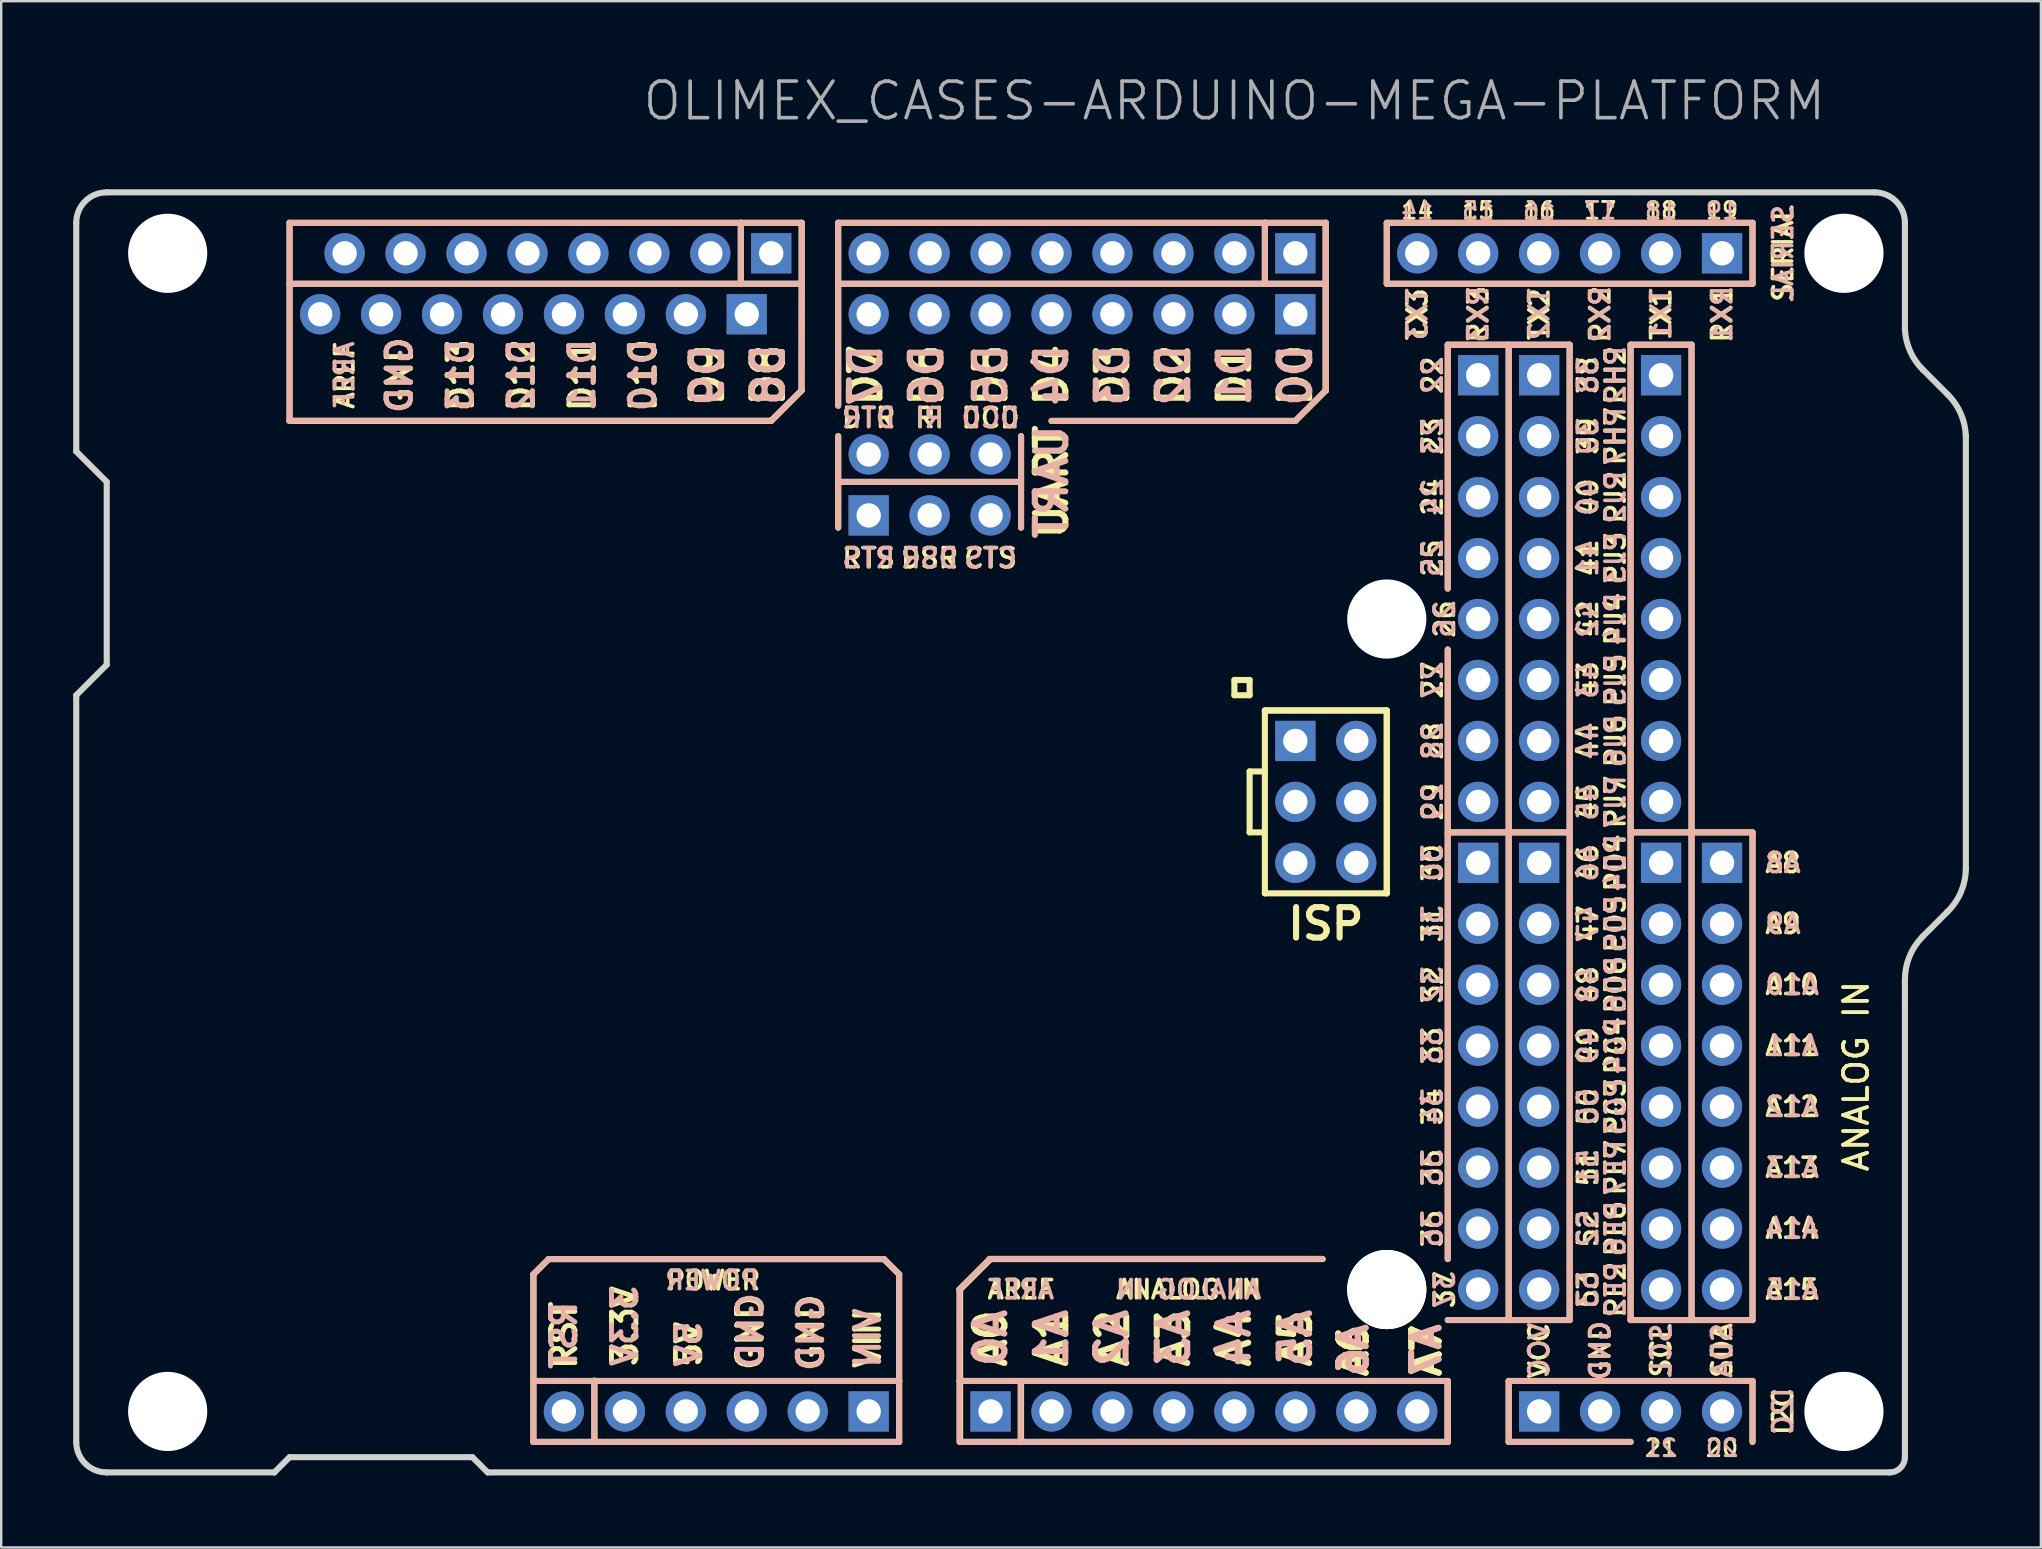
<source format=kicad_pcb>
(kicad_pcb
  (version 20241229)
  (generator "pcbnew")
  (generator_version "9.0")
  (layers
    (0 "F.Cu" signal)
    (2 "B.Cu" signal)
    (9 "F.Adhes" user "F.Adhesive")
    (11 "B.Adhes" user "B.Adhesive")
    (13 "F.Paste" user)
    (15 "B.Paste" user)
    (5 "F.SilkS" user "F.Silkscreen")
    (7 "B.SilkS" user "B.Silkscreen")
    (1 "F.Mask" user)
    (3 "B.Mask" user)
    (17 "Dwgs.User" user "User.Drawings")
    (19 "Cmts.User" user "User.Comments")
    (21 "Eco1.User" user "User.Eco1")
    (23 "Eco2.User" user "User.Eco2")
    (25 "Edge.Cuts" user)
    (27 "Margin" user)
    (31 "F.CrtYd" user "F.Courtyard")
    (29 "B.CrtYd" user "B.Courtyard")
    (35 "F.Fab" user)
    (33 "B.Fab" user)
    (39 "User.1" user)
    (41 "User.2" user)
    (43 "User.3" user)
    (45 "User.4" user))
  (footprint "OLIMEX_CASES-ARDUINO-MEGA-PLATFORM"
    (layer "F.Cu")
    (at 50.927 7.505)
    (property "Reference" "OLIMEX_CASES-ARDUINO-MEGA-PLATFORM" (at -2.54 -6.35 0) (layer "F.Fab") (effects (font (size 1.524 1.524) (thickness 0.15))))
    (attr through_hole)
    (fp_line (start -41.91 -1.27) (end -41.91 6.985) (stroke (width 0.254) (type solid)) (layer "F.SilkS"))
    (fp_line (start -41.91 -1.27) (end -23.107 -1.27) (stroke (width 0.254) (type solid)) (layer "F.SilkS"))
    (fp_line (start -31.75 42.545) (end -31.115 41.91) (stroke (width 0.254) (type solid)) (layer "F.SilkS"))
    (fp_line (start -31.75 46.99) (end -31.75 42.545) (stroke (width 0.254) (type solid)) (layer "F.SilkS"))
    (fp_line (start -31.75 46.99) (end -29.21 46.99) (stroke (width 0.254) (type solid)) (layer "F.SilkS"))
    (fp_line (start -31.75 49.53) (end -31.75 46.99) (stroke (width 0.254) (type solid)) (layer "F.SilkS"))
    (fp_line (start -31.115 41.91) (end -17.145 41.91) (stroke (width 0.254) (type solid)) (layer "F.SilkS"))
    (fp_line (start -29.21 46.99) (end -29.21 49.53) (stroke (width 0.254) (type solid)) (layer "F.SilkS"))
    (fp_line (start -29.21 46.99) (end -16.51 46.99) (stroke (width 0.254) (type solid)) (layer "F.SilkS"))
    (fp_line (start -29.21 49.53) (end -31.75 49.53) (stroke (width 0.254) (type solid)) (layer "F.SilkS"))
    (fp_line (start -23.107 -1.27) (end -20.567 -1.27) (stroke (width 0.254) (type solid)) (layer "F.SilkS"))
    (fp_line (start -23.107 1.27) (end -41.91 1.27) (stroke (width 0.254) (type solid)) (layer "F.SilkS"))
    (fp_line (start -23.107 1.27) (end -23.107 -1.27) (stroke (width 0.254) (type solid)) (layer "F.SilkS"))
    (fp_line (start -21.84 6.985) (end -41.91 6.985) (stroke (width 0.254) (type solid)) (layer "F.SilkS"))
    (fp_line (start -20.567 -1.27) (end -20.567 1.27) (stroke (width 0.254) (type solid)) (layer "F.SilkS"))
    (fp_line (start -20.567 1.27) (end -23.107 1.27) (stroke (width 0.254) (type solid)) (layer "F.SilkS"))
    (fp_line (start -20.567 1.27) (end -20.574 5.715) (stroke (width 0.254) (type solid)) (layer "F.SilkS"))
    (fp_line (start -20.567 5.715) (end -21.84 6.985) (stroke (width 0.254) (type solid)) (layer "F.SilkS"))
    (fp_line (start -19.05 -1.27) (end -1.27 -1.27) (stroke (width 0.254) (type solid)) (layer "F.SilkS"))
    (fp_line (start -19.05 1.27) (end -19.05 -1.27) (stroke (width 0.254) (type solid)) (layer "F.SilkS"))
    (fp_line (start -19.05 1.27) (end -19.05 6.35) (stroke (width 0.254) (type solid)) (layer "F.SilkS"))
    (fp_line (start -19.05 7.62) (end -19.05 11.43) (stroke (width 0.254) (type solid)) (layer "F.SilkS"))
    (fp_line (start -19.05 9.525) (end -11.43 9.525) (stroke (width 0.254) (type solid)) (layer "F.SilkS"))
    (fp_line (start -17.145 41.91) (end -16.51 42.545) (stroke (width 0.254) (type solid)) (layer "F.SilkS"))
    (fp_line (start -16.51 46.99) (end -16.51 42.545) (stroke (width 0.254) (type solid)) (layer "F.SilkS"))
    (fp_line (start -16.51 46.99) (end -16.51 49.53) (stroke (width 0.254) (type solid)) (layer "F.SilkS"))
    (fp_line (start -16.51 49.53) (end -29.21 49.53) (stroke (width 0.254) (type solid)) (layer "F.SilkS"))
    (fp_line (start -13.97 43.18) (end -12.7 41.91) (stroke (width 0.254) (type solid)) (layer "F.SilkS"))
    (fp_line (start -13.97 46.99) (end -13.97 43.18) (stroke (width 0.254) (type solid)) (layer "F.SilkS"))
    (fp_line (start -13.97 46.99) (end -11.43 46.99) (stroke (width 0.254) (type solid)) (layer "F.SilkS"))
    (fp_line (start -13.97 49.53) (end -13.97 46.99) (stroke (width 0.254) (type solid)) (layer "F.SilkS"))
    (fp_line (start -12.7 41.91) (end 1.143 41.91) (stroke (width 0.254) (type solid)) (layer "F.SilkS"))
    (fp_line (start -11.43 7.62) (end -11.43 11.43) (stroke (width 0.254) (type solid)) (layer "F.SilkS"))
    (fp_line (start -11.43 46.99) (end -11.43 49.53) (stroke (width 0.254) (type solid)) (layer "F.SilkS"))
    (fp_line (start -11.43 46.99) (end 6.35 46.99) (stroke (width 0.254) (type solid)) (layer "F.SilkS"))
    (fp_line (start -11.43 49.53) (end -13.97 49.53) (stroke (width 0.254) (type solid)) (layer "F.SilkS"))
    (fp_line (start -2.54 17.78) (end -1.905 17.78) (stroke (width 0.254) (type solid)) (layer "F.SilkS"))
    (fp_line (start -2.54 18.415) (end -2.54 17.78) (stroke (width 0.254) (type solid)) (layer "F.SilkS"))
    (fp_line (start -1.905 17.78) (end -1.905 18.415) (stroke (width 0.254) (type solid)) (layer "F.SilkS"))
    (fp_line (start -1.905 18.415) (end -2.54 18.415) (stroke (width 0.254) (type solid)) (layer "F.SilkS"))
    (fp_line (start -1.905 21.59) (end -1.905 24.13) (stroke (width 0.254) (type solid)) (layer "F.SilkS"))
    (fp_line (start -1.905 24.13) (end -1.27 24.13) (stroke (width 0.254) (type solid)) (layer "F.SilkS"))
    (fp_line (start -1.27 -1.27) (end 1.27 -1.27) (stroke (width 0.254) (type solid)) (layer "F.SilkS"))
    (fp_line (start -1.27 1.27) (end -19.05 1.27) (stroke (width 0.254) (type solid)) (layer "F.SilkS"))
    (fp_line (start -1.27 1.27) (end -1.27 -1.27) (stroke (width 0.254) (type solid)) (layer "F.SilkS"))
    (fp_line (start -1.27 19.05) (end 3.81 19.05) (stroke (width 0.254) (type solid)) (layer "F.SilkS"))
    (fp_line (start -1.27 19.05) (end 3.81 19.05) (stroke (width 0.254) (type solid)) (layer "F.SilkS"))
    (fp_line (start -1.27 21.59) (end -1.905 21.59) (stroke (width 0.254) (type solid)) (layer "F.SilkS"))
    (fp_line (start -1.27 26.67) (end -1.27 19.05) (stroke (width 0.254) (type solid)) (layer "F.SilkS"))
    (fp_line (start 0 6.985) (end -10.16 6.985) (stroke (width 0.254) (type solid)) (layer "F.SilkS"))
    (fp_line (start 1.27 -1.27) (end 1.27 1.27) (stroke (width 0.254) (type solid)) (layer "F.SilkS"))
    (fp_line (start 1.27 -1.27) (end 1.27 1.27) (stroke (width 0.254) (type solid)) (layer "F.SilkS"))
    (fp_line (start 1.27 1.27) (end -1.27 1.27) (stroke (width 0.254) (type solid)) (layer "F.SilkS"))
    (fp_line (start 1.27 1.27) (end 1.27 5.715) (stroke (width 0.254) (type solid)) (layer "F.SilkS"))
    (fp_line (start 1.27 1.27) (end 1.27 5.715) (stroke (width 0.254) (type solid)) (layer "F.SilkS"))
    (fp_line (start 1.27 5.715) (end 0 6.985) (stroke (width 0.254) (type solid)) (layer "F.SilkS"))
    (fp_line (start 3.81 -1.27) (end 19.05 -1.27) (stroke (width 0.254) (type solid)) (layer "F.SilkS"))
    (fp_line (start 3.81 1.27) (end 3.81 -1.27) (stroke (width 0.254) (type solid)) (layer "F.SilkS"))
    (fp_line (start 3.81 19.05) (end 3.81 26.67) (stroke (width 0.254) (type solid)) (layer "F.SilkS"))
    (fp_line (start 3.81 19.05) (end 3.81 26.67) (stroke (width 0.254) (type solid)) (layer "F.SilkS"))
    (fp_line (start 3.81 26.67) (end -1.27 26.67) (stroke (width 0.254) (type solid)) (layer "F.SilkS"))
    (fp_line (start 6.35 3.81) (end 11.43 3.81) (stroke (width 0.254) (type solid)) (layer "F.SilkS"))
    (fp_line (start 6.35 13.97) (end 6.35 3.81) (stroke (width 0.254) (type solid)) (layer "F.SilkS"))
    (fp_line (start 6.35 24.13) (end 11.43 24.13) (stroke (width 0.254) (type solid)) (layer "F.SilkS"))
    (fp_line (start 6.35 41.91) (end 6.35 16.51) (stroke (width 0.254) (type solid)) (layer "F.SilkS"))
    (fp_line (start 6.35 46.99) (end 6.35 49.53) (stroke (width 0.254) (type solid)) (layer "F.SilkS"))
    (fp_line (start 6.35 46.99) (end 6.35 49.53) (stroke (width 0.254) (type solid)) (layer "F.SilkS"))
    (fp_line (start 6.35 49.53) (end -11.43 49.53) (stroke (width 0.254) (type solid)) (layer "F.SilkS"))
    (fp_line (start 8.89 3.81) (end 8.89 44.45) (stroke (width 0.254) (type solid)) (layer "F.SilkS"))
    (fp_line (start 8.89 46.99) (end 19.05 46.99) (stroke (width 0.254) (type solid)) (layer "F.SilkS"))
    (fp_line (start 8.89 49.53) (end 8.89 46.99) (stroke (width 0.254) (type solid)) (layer "F.SilkS"))
    (fp_line (start 11.43 3.81) (end 11.43 44.45) (stroke (width 0.254) (type solid)) (layer "F.SilkS"))
    (fp_line (start 11.43 44.45) (end 6.35 44.45) (stroke (width 0.254) (type solid)) (layer "F.SilkS"))
    (fp_line (start 13.97 3.81) (end 13.97 44.45) (stroke (width 0.254) (type solid)) (layer "F.SilkS"))
    (fp_line (start 13.97 3.81) (end 16.51 3.81) (stroke (width 0.254) (type solid)) (layer "F.SilkS"))
    (fp_line (start 13.97 44.45) (end 19.05 44.45) (stroke (width 0.254) (type solid)) (layer "F.SilkS"))
    (fp_line (start 13.97 49.53) (end 8.89 49.53) (stroke (width 0.254) (type solid)) (layer "F.SilkS"))
    (fp_line (start 16.51 3.81) (end 16.51 44.45) (stroke (width 0.254) (type solid)) (layer "F.SilkS"))
    (fp_line (start 19.05 -1.27) (end 19.05 1.27) (stroke (width 0.254) (type solid)) (layer "F.SilkS"))
    (fp_line (start 19.05 1.27) (end 3.81 1.27) (stroke (width 0.254) (type solid)) (layer "F.SilkS"))
    (fp_line (start 19.05 24.13) (end 13.97 24.13) (stroke (width 0.254) (type solid)) (layer "F.SilkS"))
    (fp_line (start 19.05 44.45) (end 19.05 24.13) (stroke (width 0.254) (type solid)) (layer "F.SilkS"))
    (fp_line (start 19.05 46.99) (end 19.05 49.53) (stroke (width 0.254) (type solid)) (layer "F.SilkS"))
    (fp_line (start -41.91 -1.275) (end -41.91 6.98) (stroke (width 0.254) (type solid)) (layer "B.SilkS"))
    (fp_line (start -41.91 -1.27) (end -23.107 -1.27) (stroke (width 0.254) (type solid)) (layer "B.SilkS"))
    (fp_line (start -31.75 42.545) (end -31.115 41.91) (stroke (width 0.254) (type solid)) (layer "B.SilkS"))
    (fp_line (start -31.75 46.99) (end -31.75 42.545) (stroke (width 0.254) (type solid)) (layer "B.SilkS"))
    (fp_line (start -31.75 46.99) (end -29.21 46.99) (stroke (width 0.254) (type solid)) (layer "B.SilkS"))
    (fp_line (start -31.75 49.53) (end -31.75 46.99) (stroke (width 0.254) (type solid)) (layer "B.SilkS"))
    (fp_line (start -31.115 41.91) (end -17.145 41.91) (stroke (width 0.254) (type solid)) (layer "B.SilkS"))
    (fp_line (start -29.21 46.97) (end -29.21 49.51) (stroke (width 0.254) (type solid)) (layer "B.SilkS"))
    (fp_line (start -29.21 46.99) (end -16.51 46.99) (stroke (width 0.254) (type solid)) (layer "B.SilkS"))
    (fp_line (start -29.21 49.53) (end -31.75 49.53) (stroke (width 0.254) (type solid)) (layer "B.SilkS"))
    (fp_line (start -23.107 -1.27) (end -20.567 -1.27) (stroke (width 0.254) (type solid)) (layer "B.SilkS"))
    (fp_line (start -23.107 1.27) (end -41.91 1.27) (stroke (width 0.254) (type solid)) (layer "B.SilkS"))
    (fp_line (start -23.107 1.27) (end -23.107 -1.27) (stroke (width 0.254) (type solid)) (layer "B.SilkS"))
    (fp_line (start -21.85 6.975) (end -41.92 6.975) (stroke (width 0.254) (type solid)) (layer "B.SilkS"))
    (fp_line (start -20.577 5.705) (end -21.85 6.975) (stroke (width 0.254) (type solid)) (layer "B.SilkS"))
    (fp_line (start -20.575 -1.27) (end -20.575 1.27) (stroke (width 0.254) (type solid)) (layer "B.SilkS"))
    (fp_line (start -20.575 1.27) (end -23.115 1.27) (stroke (width 0.254) (type solid)) (layer "B.SilkS"))
    (fp_line (start -20.575 1.27) (end -20.582 5.715) (stroke (width 0.254) (type solid)) (layer "B.SilkS"))
    (fp_line (start -19.05 -1.27) (end -1.27 -1.27) (stroke (width 0.254) (type solid)) (layer "B.SilkS"))
    (fp_line (start -19.05 1.27) (end -19.05 -1.27) (stroke (width 0.254) (type solid)) (layer "B.SilkS"))
    (fp_line (start -19.05 1.27) (end -19.05 6.35) (stroke (width 0.254) (type solid)) (layer "B.SilkS"))
    (fp_line (start -19.05 7.62) (end -19.05 11.43) (stroke (width 0.254) (type solid)) (layer "B.SilkS"))
    (fp_line (start -19.05 9.525) (end -11.43 9.525) (stroke (width 0.254) (type solid)) (layer "B.SilkS"))
    (fp_line (start -17.145 41.91) (end -16.51 42.545) (stroke (width 0.254) (type solid)) (layer "B.SilkS"))
    (fp_line (start -16.51 46.99) (end -16.51 42.545) (stroke (width 0.254) (type solid)) (layer "B.SilkS"))
    (fp_line (start -16.51 46.99) (end -16.51 49.53) (stroke (width 0.254) (type solid)) (layer "B.SilkS"))
    (fp_line (start -16.51 49.53) (end -29.21 49.53) (stroke (width 0.254) (type solid)) (layer "B.SilkS"))
    (fp_line (start -14.015 43.18) (end -12.745 41.91) (stroke (width 0.254) (type solid)) (layer "B.SilkS"))
    (fp_line (start -14 46.99) (end -14 43.18) (stroke (width 0.254) (type solid)) (layer "B.SilkS"))
    (fp_line (start -14 49.53) (end -14 46.99) (stroke (width 0.254) (type solid)) (layer "B.SilkS"))
    (fp_line (start -13.99 46.99) (end -11.45 46.99) (stroke (width 0.254) (type solid)) (layer "B.SilkS"))
    (fp_line (start -12.75 41.9) (end 1.093 41.9) (stroke (width 0.254) (type solid)) (layer "B.SilkS"))
    (fp_line (start -11.45 47) (end -11.45 49.54) (stroke (width 0.254) (type solid)) (layer "B.SilkS"))
    (fp_line (start -11.43 7.62) (end -11.43 11.43) (stroke (width 0.254) (type solid)) (layer "B.SilkS"))
    (fp_line (start -11.43 46.99) (end 6.35 46.99) (stroke (width 0.254) (type solid)) (layer "B.SilkS"))
    (fp_line (start -11.43 49.53) (end -13.97 49.53) (stroke (width 0.254) (type solid)) (layer "B.SilkS"))
    (fp_line (start -1.27 -1.27) (end 1.27 -1.27) (stroke (width 0.254) (type solid)) (layer "B.SilkS"))
    (fp_line (start -1.27 1.27) (end -19.05 1.27) (stroke (width 0.254) (type solid)) (layer "B.SilkS"))
    (fp_line (start -1.27 1.27) (end -1.27 -1.27) (stroke (width 0.254) (type solid)) (layer "B.SilkS"))
    (fp_line (start 0 6.985) (end -10.16 6.985) (stroke (width 0.254) (type solid)) (layer "B.SilkS"))
    (fp_line (start 1.27 -1.27) (end 1.27 1.27) (stroke (width 0.254) (type solid)) (layer "B.SilkS"))
    (fp_line (start 1.27 -1.27) (end 1.27 1.27) (stroke (width 0.254) (type solid)) (layer "B.SilkS"))
    (fp_line (start 1.27 1.27) (end -1.27 1.27) (stroke (width 0.254) (type solid)) (layer "B.SilkS"))
    (fp_line (start 1.27 1.27) (end 1.27 5.715) (stroke (width 0.254) (type solid)) (layer "B.SilkS"))
    (fp_line (start 1.27 1.27) (end 1.27 5.715) (stroke (width 0.254) (type solid)) (layer "B.SilkS"))
    (fp_line (start 1.27 5.715) (end 0 6.985) (stroke (width 0.254) (type solid)) (layer "B.SilkS"))
    (fp_line (start 3.81 -1.27) (end 19.05 -1.27) (stroke (width 0.254) (type solid)) (layer "B.SilkS"))
    (fp_line (start 3.81 1.27) (end 3.81 -1.27) (stroke (width 0.254) (type solid)) (layer "B.SilkS"))
    (fp_line (start 6.35 3.81) (end 11.43 3.81) (stroke (width 0.254) (type solid)) (layer "B.SilkS"))
    (fp_line (start 6.35 13.97) (end 6.35 3.81) (stroke (width 0.254) (type solid)) (layer "B.SilkS"))
    (fp_line (start 6.35 24.13) (end 11.43 24.13) (stroke (width 0.254) (type solid)) (layer "B.SilkS"))
    (fp_line (start 6.35 41.91) (end 6.35 16.51) (stroke (width 0.254) (type solid)) (layer "B.SilkS"))
    (fp_line (start 6.35 46.99) (end 6.35 49.53) (stroke (width 0.254) (type solid)) (layer "B.SilkS"))
    (fp_line (start 6.35 46.99) (end 6.35 49.53) (stroke (width 0.254) (type solid)) (layer "B.SilkS"))
    (fp_line (start 6.35 49.53) (end -11.43 49.53) (stroke (width 0.254) (type solid)) (layer "B.SilkS"))
    (fp_line (start 8.89 3.81) (end 8.89 44.45) (stroke (width 0.254) (type solid)) (layer "B.SilkS"))
    (fp_line (start 8.89 46.99) (end 19.05 46.99) (stroke (width 0.254) (type solid)) (layer "B.SilkS"))
    (fp_line (start 8.89 49.53) (end 8.89 46.99) (stroke (width 0.254) (type solid)) (layer "B.SilkS"))
    (fp_line (start 11.43 3.81) (end 11.43 44.45) (stroke (width 0.254) (type solid)) (layer "B.SilkS"))
    (fp_line (start 11.43 44.45) (end 6.35 44.45) (stroke (width 0.254) (type solid)) (layer "B.SilkS"))
    (fp_line (start 13.97 3.81) (end 13.97 44.45) (stroke (width 0.254) (type solid)) (layer "B.SilkS"))
    (fp_line (start 13.97 3.81) (end 16.51 3.81) (stroke (width 0.254) (type solid)) (layer "B.SilkS"))
    (fp_line (start 13.97 44.45) (end 19.05 44.45) (stroke (width 0.254) (type solid)) (layer "B.SilkS"))
    (fp_line (start 13.97 49.53) (end 8.89 49.53) (stroke (width 0.254) (type solid)) (layer "B.SilkS"))
    (fp_line (start 16.51 3.81) (end 16.51 44.45) (stroke (width 0.254) (type solid)) (layer "B.SilkS"))
    (fp_line (start 19.05 -1.27) (end 19.05 1.27) (stroke (width 0.254) (type solid)) (layer "B.SilkS"))
    (fp_line (start 19.05 1.27) (end 3.81 1.27) (stroke (width 0.254) (type solid)) (layer "B.SilkS"))
    (fp_line (start 19.05 24.13) (end 13.97 24.13) (stroke (width 0.254) (type solid)) (layer "B.SilkS"))
    (fp_line (start 19.05 44.45) (end 19.05 24.13) (stroke (width 0.254) (type solid)) (layer "B.SilkS"))
    (fp_line (start 19.05 46.99) (end 19.05 49.53) (stroke (width 0.254) (type solid)) (layer "B.SilkS"))
    (fp_line (start -50.8 8.255) (end -50.8 -1.27) (stroke (width 0.254) (type solid)) (layer "Edge.Cuts"))
    (fp_line (start -50.8 18.415) (end -49.53 17.145) (stroke (width 0.254) (type solid)) (layer "Edge.Cuts"))
    (fp_line (start -50.8 49.53) (end -50.8 18.415) (stroke (width 0.254) (type solid)) (layer "Edge.Cuts"))
    (fp_line (start -49.53 -2.54) (end 24.13 -2.54) (stroke (width 0.254) (type solid)) (layer "Edge.Cuts"))
    (fp_line (start -49.53 9.525) (end -50.8 8.255) (stroke (width 0.254) (type solid)) (layer "Edge.Cuts"))
    (fp_line (start -49.53 17.145) (end -49.53 9.525) (stroke (width 0.254) (type solid)) (layer "Edge.Cuts"))
    (fp_line (start -49.53 50.8) (end -42.545 50.8) (stroke (width 0.254) (type solid)) (layer "Edge.Cuts"))
    (fp_line (start -42.545 50.8) (end -41.91 50.165) (stroke (width 0.254) (type solid)) (layer "Edge.Cuts"))
    (fp_line (start -41.91 50.165) (end -34.29 50.165) (stroke (width 0.254) (type solid)) (layer "Edge.Cuts"))
    (fp_line (start -34.29 50.165) (end -33.655 50.8) (stroke (width 0.254) (type solid)) (layer "Edge.Cuts"))
    (fp_line (start 24.765 50.8) (end -33.655 50.8) (stroke (width 0.254) (type solid)) (layer "Edge.Cuts"))
    (fp_line (start 25.4 -1.27) (end 25.4 3.175) (stroke (width 0.254) (type solid)) (layer "Edge.Cuts"))
    (fp_line (start 25.4 30.264) (end 25.4 31.14) (stroke (width 0.254) (type solid)) (layer "Edge.Cuts"))
    (fp_line (start 25.4 31.14) (end 25.4 50.165) (stroke (width 0.254) (type solid)) (layer "Edge.Cuts"))
    (fp_line (start 26.141 4.842) (end 27.195 5.896) (stroke (width 0.254) (type solid)) (layer "Edge.Cuts"))
    (fp_line (start 27.178 27.432) (end 26.137 28.473) (stroke (width 0.254) (type solid)) (layer "Edge.Cuts"))
    (fp_line (start 27.94 7.595) (end 27.94 25.629) (stroke (width 0.254) (type solid)) (layer "Edge.Cuts"))
    (fp_arc (start -50.8 -1.27) (mid -50.428026 -2.168026) (end -49.53 -2.54) (stroke (width 0.254) (type solid)) (layer "Edge.Cuts"))
    (fp_arc (start -49.53 50.8) (mid -50.428026 50.428026) (end -50.8 49.53) (stroke (width 0.254) (type solid)) (layer "Edge.Cuts"))
    (fp_arc (start 24.13 -2.54) (mid 25.028026 -2.168026) (end 25.4 -1.27) (stroke (width 0.254) (type solid)) (layer "Edge.Cuts"))
    (fp_arc (start 25.4 30.2641) (mid 25.591608 29.296291) (end 26.137523 28.474498) (stroke (width 0.254) (type solid)) (layer "Edge.Cuts"))
    (fp_arc (start 25.4 50.165) (mid 25.214013 50.614013) (end 24.765 50.8) (stroke (width 0.254) (type solid)) (layer "Edge.Cuts"))
    (fp_arc (start 26.141293 4.841888) (mid 25.6167 4.077056) (end 25.401467 3.174925) (stroke (width 0.254) (type solid)) (layer "Edge.Cuts"))
    (fp_arc (start 27.195393 5.895988) (mid 27.726908 6.675229) (end 27.937374 7.594701) (stroke (width 0.254) (type solid)) (layer "Edge.Cuts"))
    (fp_arc (start 27.94 25.6286) (mid 27.73986 26.60675) (end 27.178196 27.4322) (stroke (width 0.254) (type solid)) (layer "Edge.Cuts"))
    (fp_text user "ANALOG IN" (at 23.368 34.29 90) (layer "F.SilkS") (effects (font (size 1 1) (thickness 0.15))))
    (fp_text user "24" (at 5.715 10.16 90) (layer "F.SilkS") (effects (font (size 0.8 0.8) (thickness 0.15))))
    (fp_text user "22" (at 5.715 5.08 90) (layer "F.SilkS") (effects (font (size 0.8 0.8) (thickness 0.15))))
    (fp_text user "D11" (at -29.711 5.08 270) (layer "F.SilkS") (effects (font (size 1.016 1.016) (thickness 0.203))))
    (fp_text user "A3" (at -5.08 45.212 90) (layer "F.SilkS") (effects (font (size 1.27 1.27) (thickness 0.254))))
    (fp_text user "SERIAL" (at 20.32 0 90) (layer "F.SilkS") (effects (font (size 0.8 0.8) (thickness 0.15))))
    (fp_text user "GND" (at 12.7 45.72 90) (layer "F.SilkS") (effects (font (size 0.8 0.8) (thickness 0.15))))
    (fp_text user "42" (at 12.192 15.24 90) (layer "F.SilkS") (effects (font (size 0.8 0.8) (thickness 0.15))))
    (fp_text user "50" (at 12.192 35.56 90) (layer "F.SilkS") (effects (font (size 0.8 0.8) (thickness 0.15))))
    (fp_text user "53" (at 12.192 43.18 90) (layer "F.SilkS") (effects (font (size 0.8 0.8) (thickness 0.15))))
    (fp_text user "DSR" (at -15.24 12.7 0) (layer "F.SilkS") (effects (font (size 0.8 0.8) (thickness 0.15))))
    (fp_text user "RI" (at -15.24 6.858 0) (layer "F.SilkS") (effects (font (size 0.8 0.8) (thickness 0.15))))
    (fp_text user "36" (at 5.715 40.64 90) (layer "F.SilkS") (effects (font (size 0.8 0.8) (thickness 0.15))))
    (fp_text user "D13" (at -34.791 5.08 270) (layer "F.SilkS") (effects (font (size 1.016 1.016) (thickness 0.203))))
    (fp_text user "A9" (at 20.32 27.94 0) (layer "F.SilkS") (effects (font (size 0.8 0.8) (thickness 0.15))))
    (fp_text user "PE7" (at 13.335 38.1 90) (layer "F.SilkS") (effects (font (size 0.8 0.8) (thickness 0.15))))
    (fp_text user "PG3" (at 13.335 35.56 90) (layer "F.SilkS") (effects (font (size 0.8 0.8) (thickness 0.15))))
    (fp_text user "A14" (at 20.701 40.64 0) (layer "F.SilkS") (effects (font (size 0.8 0.8) (thickness 0.15))))
    (fp_text user "PG4" (at 13.335 33.02 90) (layer "F.SilkS") (effects (font (size 0.8 0.8) (thickness 0.15))))
    (fp_text user "PJ7" (at 13.335 22.86 90) (layer "F.SilkS") (effects (font (size 0.8 0.8) (thickness 0.15))))
    (fp_text user "15" (at 7.62 -1.778 0) (layer "F.SilkS") (effects (font (size 0.7 0.7) (thickness 0.12))))
    (fp_text user "25" (at 5.715 12.7 90) (layer "F.SilkS") (effects (font (size 0.8 0.8) (thickness 0.15))))
    (fp_text user "VCC" (at 10.16 45.72 90) (layer "F.SilkS") (effects (font (size 0.8 0.8) (thickness 0.15))))
    (fp_text user "D1" (at -2.54 5.08 270) (layer "F.SilkS") (effects (font (size 1.27 1.27) (thickness 0.254))))
    (fp_text user "PE2" (at 13.335 43.18 90) (layer "F.SilkS") (effects (font (size 0.8 0.8) (thickness 0.15))))
    (fp_text user "PJ2" (at 13.335 10.16 90) (layer "F.SilkS") (effects (font (size 0.8 0.8) (thickness 0.15))))
    (fp_text user "GND" (at -20.193 44.958 90) (layer "F.SilkS") (effects (font (size 1.016 1.016) (thickness 0.203))))
    (fp_text user "48" (at 12.192 30.48 90) (layer "F.SilkS") (effects (font (size 0.8 0.8) (thickness 0.15))))
    (fp_text user "CTS" (at -12.7 12.7 0) (layer "F.SilkS") (effects (font (size 0.8 0.8) (thickness 0.15))))
    (fp_text user "D10" (at -27.171 5.08 270) (layer "F.SilkS") (effects (font (size 1.016 1.016) (thickness 0.203))))
    (fp_text user "D7" (at -17.907 5.08 270) (layer "F.SilkS") (effects (font (size 1.27 1.27) (thickness 0.254))))
    (fp_text user "RX3" (at 7.62 2.54 90) (layer "F.SilkS") (effects (font (size 0.8 0.8) (thickness 0.15))))
    (fp_text user "RST" (at -30.48 45.085 90) (layer "F.SilkS") (effects (font (size 1.016 1.016) (thickness 0.203))))
    (fp_text user "18" (at 15.24 -1.778 0) (layer "F.SilkS") (effects (font (size 0.7 0.7) (thickness 0.12))))
    (fp_text user "A8" (at 20.32 25.4 0) (layer "F.SilkS") (effects (font (size 0.8 0.8) (thickness 0.15))))
    (fp_text user "A15" (at 20.701 43.18 0) (layer "F.SilkS") (effects (font (size 0.8 0.8) (thickness 0.15))))
    (fp_text user "37" (at 6.223 43.18 90) (layer "F.SilkS") (effects (font (size 0.8 0.8) (thickness 0.15))))
    (fp_text user "A2" (at -7.62 45.212 90) (layer "F.SilkS") (effects (font (size 1.27 1.27) (thickness 0.254))))
    (fp_text user "PE6" (at 13.335 40.64 90) (layer "F.SilkS") (effects (font (size 0.8 0.8) (thickness 0.15))))
    (fp_text user "PJ5" (at 13.335 17.78 90) (layer "F.SilkS") (effects (font (size 0.8 0.8) (thickness 0.15))))
    (fp_text user "DTR" (at -17.78 6.858 0) (layer "F.SilkS") (effects (font (size 0.8 0.8) (thickness 0.15))))
    (fp_text user "43" (at 12.192 17.78 90) (layer "F.SilkS") (effects (font (size 0.8 0.8) (thickness 0.15))))
    (fp_text user "52" (at 12.192 40.64 90) (layer "F.SilkS") (effects (font (size 0.8 0.8) (thickness 0.15))))
    (fp_text user "TX2" (at 10.16 2.54 90) (layer "F.SilkS") (effects (font (size 0.8 0.8) (thickness 0.15))))
    (fp_text user "PD5" (at 13.335 27.94 90) (layer "F.SilkS") (effects (font (size 0.8 0.8) (thickness 0.15))))
    (fp_text user "17" (at 12.7 -1.778 0) (layer "F.SilkS") (effects (font (size 0.7 0.7) (thickness 0.12))))
    (fp_text user "A12" (at 20.701 35.56 0) (layer "F.SilkS") (effects (font (size 0.8 0.8) (thickness 0.15))))
    (fp_text user "D6" (at -15.367 5.08 270) (layer "F.SilkS") (effects (font (size 1.27 1.27) (thickness 0.254))))
    (fp_text user "PH2" (at 13.335 5.08 90) (layer "F.SilkS") (effects (font (size 0.8 0.8) (thickness 0.15))))
    (fp_text user "D3" (at -7.62 5.08 270) (layer "F.SilkS") (effects (font (size 1.27 1.27) (thickness 0.254))))
    (fp_text user "33" (at 5.715 33.02 90) (layer "F.SilkS") (effects (font (size 0.8 0.8) (thickness 0.15))))
    (fp_text user "34" (at 5.715 35.56 90) (layer "F.SilkS") (effects (font (size 0.8 0.8) (thickness 0.15))))
    (fp_text user "A5" (at 0 45.212 90) (layer "F.SilkS") (effects (font (size 1.27 1.27) (thickness 0.254))))
    (fp_text user "A11" (at 20.701 33.02 0) (layer "F.SilkS") (effects (font (size 0.8 0.8) (thickness 0.15))))
    (fp_text user "41" (at 12.192 12.7 90) (layer "F.SilkS") (effects (font (size 0.8 0.8) (thickness 0.15))))
    (fp_text user "30" (at 5.715 25.4 90) (layer "F.SilkS") (effects (font (size 0.8 0.8) (thickness 0.15))))
    (fp_text user "D5" (at -12.7 5.08 270) (layer "F.SilkS") (effects (font (size 1.27 1.27) (thickness 0.254))))
    (fp_text user "38" (at 12.192 5.08 90) (layer "F.SilkS") (effects (font (size 0.8 0.8) (thickness 0.15))))
    (fp_text user "D9" (at -24.504 5.08 270) (layer "F.SilkS") (effects (font (size 1.27 1.27) (thickness 0.254))))
    (fp_text user "46" (at 12.192 25.4 90) (layer "F.SilkS") (effects (font (size 0.8 0.8) (thickness 0.15))))
    (fp_text user "D0" (at 0 5.08 270) (layer "F.SilkS") (effects (font (size 1.27 1.27) (thickness 0.254))))
    (fp_text user "21" (at 15.24 49.784 0) (layer "F.SilkS") (effects (font (size 0.7 0.7) (thickness 0.12))))
    (fp_text user "I2C" (at 20.32 48.26 90) (layer "F.SilkS") (effects (font (size 0.8 0.8) (thickness 0.15))))
    (fp_text user "RX1" (at 17.78 2.54 90) (layer "F.SilkS") (effects (font (size 0.8 0.8) (thickness 0.15))))
    (fp_text user "VIN" (at -17.821 45.212 90) (layer "F.SilkS") (effects (font (size 1.016 1.016) (thickness 0.203))))
    (fp_text user "A6" (at 2.413 45.72 90) (layer "F.SilkS") (effects (font (size 1.143 1.143) (thickness 0.254))))
    (fp_text user "D8" (at -21.967 5.08 270) (layer "F.SilkS") (effects (font (size 1.27 1.27) (thickness 0.254))))
    (fp_text user "PH7" (at 13.335 7.62 90) (layer "F.SilkS") (effects (font (size 0.8 0.8) (thickness 0.15))))
    (fp_text user "DCD" (at -12.7 6.858 0) (layer "F.SilkS") (effects (font (size 0.8 0.8) (thickness 0.15))))
    (fp_text user "PJ3" (at 13.335 12.7 90) (layer "F.SilkS") (effects (font (size 0.8 0.8) (thickness 0.15))))
    (fp_text user "ANALOG IN" (at 23.368 34.29 90) (layer "F.SilkS") (effects (font (size 1 1) (thickness 0.15))))
    (fp_text user "47" (at 12.192 27.94 90) (layer "F.SilkS") (effects (font (size 0.8 0.8) (thickness 0.15))))
    (fp_text user "PD4" (at 13.335 25.4 90) (layer "F.SilkS") (effects (font (size 0.8 0.8) (thickness 0.15))))
    (fp_text user "A6" (at 2.413 45.72 90) (layer "F.SilkS") (effects (font (size 1.143 1.143) (thickness 0.254))))
    (fp_text user "ANALOG IN" (at -4.445 43.18 0) (layer "F.SilkS") (effects (font (size 0.762 0.762) (thickness 0.152))))
    (fp_text user "32" (at 5.715 30.48 90) (layer "F.SilkS") (effects (font (size 0.8 0.8) (thickness 0.15))))
    (fp_text user "SCL" (at 15.24 45.72 90) (layer "F.SilkS") (effects (font (size 0.8 0.8) (thickness 0.15))))
    (fp_text user "39" (at 12.192 7.62 90) (layer "F.SilkS") (effects (font (size 0.8 0.8) (thickness 0.15))))
    (fp_text user "D2" (at -5.08 5.08 270) (layer "F.SilkS") (effects (font (size 1.27 1.27) (thickness 0.254))))
    (fp_text user "GND" (at -37.331 5.08 270) (layer "F.SilkS") (effects (font (size 1.016 1.016) (thickness 0.203))))
    (fp_text user "UART" (at -10.16 9.525 90) (layer "F.SilkS") (effects (font (size 1.27 1.27) (thickness 0.254))))
    (fp_text user "49" (at 12.192 33.02 90) (layer "F.SilkS") (effects (font (size 0.8 0.8) (thickness 0.15))))
    (fp_text user "D12" (at -32.251 5.08 270) (layer "F.SilkS") (effects (font (size 1.016 1.016) (thickness 0.203))))
    (fp_text user "POWER" (at -24.252 42.799 180) (layer "F.SilkS") (effects (font (size 0.762 0.762) (thickness 0.152))))
    (fp_text user "A1" (at -10.16 45.212 90) (layer "F.SilkS") (effects (font (size 1.27 1.27) (thickness 0.254))))
    (fp_text user "AREF" (at -11.43 43.18 0) (layer "F.SilkS") (effects (font (size 0.762 0.762) (thickness 0.152))))
    (fp_text user "D4" (at -10.16 5.08 270) (layer "F.SilkS") (effects (font (size 1.27 1.27) (thickness 0.254))))
    (fp_text user "35" (at 5.715 38.1 90) (layer "F.SilkS") (effects (font (size 0.8 0.8) (thickness 0.15))))
    (fp_text user "A10" (at 20.701 30.48 0) (layer "F.SilkS") (effects (font (size 0.8 0.8) (thickness 0.15))))
    (fp_text user "RX2" (at 12.7 2.54 90) (layer "F.SilkS") (effects (font (size 0.8 0.8) (thickness 0.15))))
    (fp_text user "AREF" (at -39.617 5.08 270) (layer "F.SilkS") (effects (font (size 0.762 0.762) (thickness 0.152))))
    (fp_text user "3.3V" (at -27.94 44.704 90) (layer "F.SilkS") (effects (font (size 1.016 1.016) (thickness 0.203))))
    (fp_text user "RTS" (at -17.78 12.7 0) (layer "F.SilkS") (effects (font (size 0.8 0.8) (thickness 0.15))))
    (fp_text user "27" (at 5.715 17.78 90) (layer "F.SilkS") (effects (font (size 0.8 0.8) (thickness 0.15))))
    (fp_text user "14" (at 5.08 -1.778 0) (layer "F.SilkS") (effects (font (size 0.7 0.7) (thickness 0.12))))
    (fp_text user "5V" (at -25.276 45.466 90) (layer "F.SilkS") (effects (font (size 1.016 1.016) (thickness 0.203))))
    (fp_text user "44" (at 12.192 20.32 90) (layer "F.SilkS") (effects (font (size 0.8 0.8) (thickness 0.15))))
    (fp_text user "31" (at 5.715 27.94 90) (layer "F.SilkS") (effects (font (size 0.8 0.8) (thickness 0.15))))
    (fp_text user "ISP" (at 1.27 27.94 0) (layer "F.SilkS") (effects (font (size 1.27 1.27) (thickness 0.254))))
    (fp_text user "A7" (at 5.461 45.72 90) (layer "F.SilkS") (effects (font (size 1.143 1.143) (thickness 0.254))))
    (fp_text user "TX3" (at 5.08 2.54 90) (layer "F.SilkS") (effects (font (size 0.8 0.8) (thickness 0.15))))
    (fp_text user "A13" (at 20.701 38.1 0) (layer "F.SilkS") (effects (font (size 0.8 0.8) (thickness 0.15))))
    (fp_text user "29" (at 5.715 22.86 90) (layer "F.SilkS") (effects (font (size 0.8 0.8) (thickness 0.15))))
    (fp_text user "19" (at 17.78 -1.778 0) (layer "F.SilkS") (effects (font (size 0.7 0.7) (thickness 0.12))))
    (fp_text user "40" (at 12.192 10.16 90) (layer "F.SilkS") (effects (font (size 0.8 0.8) (thickness 0.15))))
    (fp_text user "16" (at 10.16 -1.778 0) (layer "F.SilkS") (effects (font (size 0.7 0.7) (thickness 0.12))))
    (fp_text user "PJ6" (at 13.335 20.32 90) (layer "F.SilkS") (effects (font (size 0.8 0.8) (thickness 0.15))))
    (fp_text user "A0" (at -12.7 45.212 90) (layer "F.SilkS") (effects (font (size 1.27 1.27) (thickness 0.254))))
    (fp_text user "PD6" (at 13.335 30.48 90) (layer "F.SilkS") (effects (font (size 0.8 0.8) (thickness 0.15))))
    (fp_text user "23" (at 5.715 7.62 90) (layer "F.SilkS") (effects (font (size 0.8 0.8) (thickness 0.15))))
    (fp_text user "PJ4" (at 13.335 15.24 90) (layer "F.SilkS") (effects (font (size 0.8 0.8) (thickness 0.15))))
    (fp_text user "SDA" (at 17.78 45.72 90) (layer "F.SilkS") (effects (font (size 0.8 0.8) (thickness 0.15))))
    (fp_text user "GND" (at -22.733 44.958 90) (layer "F.SilkS") (effects (font (size 1.016 1.016) (thickness 0.203))))
    (fp_text user "A4" (at -2.54 45.212 90) (layer "F.SilkS") (effects (font (size 1.27 1.27) (thickness 0.254))))
    (fp_text user "45" (at 12.192 22.86 90) (layer "F.SilkS") (effects (font (size 0.8 0.8) (thickness 0.15))))
    (fp_text user "20" (at 17.78 49.784 0) (layer "F.SilkS") (effects (font (size 0.7 0.7) (thickness 0.12))))
    (fp_text user "28" (at 5.715 20.32 90) (layer "F.SilkS") (effects (font (size 0.8 0.8) (thickness 0.15))))
    (fp_text user "A7" (at 5.461 45.72 90) (layer "F.SilkS") (effects (font (size 1.143 1.143) (thickness 0.254))))
    (fp_text user "TX1" (at 15.24 2.54 90) (layer "F.SilkS") (effects (font (size 0.8 0.8) (thickness 0.15))))
    (fp_text user "26" (at 6.223 15.24 90) (layer "F.SilkS") (effects (font (size 0.8 0.8) (thickness 0.15))))
    (fp_text user "51" (at 12.192 38.1 90) (layer "F.SilkS") (effects (font (size 0.8 0.8) (thickness 0.15))))
    (fp_text user "A7" (at 5.45 45.7 90) (layer "B.SilkS") (effects (font (size 1.143 1.143) (thickness 0.254)) (justify mirror)))
    (fp_text user "PD4" (at 13.335 25.4 90) (layer "B.SilkS") (effects (font (size 0.8 0.8) (thickness 0.15)) (justify mirror)))
    (fp_text user "UART" (at -10.16 9.525 90) (layer "B.SilkS") (effects (font (size 1.27 1.27) (thickness 0.254)) (justify mirror)))
    (fp_text user "49" (at 12.192 33.02 90) (layer "B.SilkS") (effects (font (size 0.8 0.8) (thickness 0.15)) (justify mirror)))
    (fp_text user "37" (at 6.223 43.18 90) (layer "B.SilkS") (effects (font (size 0.8 0.8) (thickness 0.15)) (justify mirror)))
    (fp_text user "DSR" (at -15.24 12.7 0) (layer "B.SilkS") (effects (font (size 0.8 0.8) (thickness 0.15)) (justify mirror)))
    (fp_text user "22" (at 5.715 5.08 90) (layer "B.SilkS") (effects (font (size 0.8 0.8) (thickness 0.15)) (justify mirror)))
    (fp_text user "GND" (at -37.331 5.075 90) (layer "B.SilkS") (effects (font (size 1.016 1.016) (thickness 0.203)) (justify mirror)))
    (fp_text user "PH7" (at 13.335 7.62 90) (layer "B.SilkS") (effects (font (size 0.8 0.8) (thickness 0.15)) (justify mirror)))
    (fp_text user "A5" (at 0 45.2 90) (layer "B.SilkS") (effects (font (size 1.27 1.27) (thickness 0.254)) (justify mirror)))
    (fp_text user "52" (at 12.192 40.64 90) (layer "B.SilkS") (effects (font (size 0.8 0.8) (thickness 0.15)) (justify mirror)))
    (fp_text user "44" (at 12.192 20.32 90) (layer "B.SilkS") (effects (font (size 0.8 0.8) (thickness 0.15)) (justify mirror)))
    (fp_text user "47" (at 12.192 27.94 90) (layer "B.SilkS") (effects (font (size 0.8 0.8) (thickness 0.15)) (justify mirror)))
    (fp_text user "30" (at 5.715 25.4 90) (layer "B.SilkS") (effects (font (size 0.8 0.8) (thickness 0.15)) (justify mirror)))
    (fp_text user "14" (at 5.08 -1.778 0) (layer "B.SilkS") (effects (font (size 0.7 0.7) (thickness 0.12)) (justify mirror)))
    (fp_text user "GND" (at -22.7 44.9 90) (layer "B.SilkS") (effects (font (size 1.016 1.016) (thickness 0.203)) (justify mirror)))
    (fp_text user "D12" (at -32.251 5.075 90) (layer "B.SilkS") (effects (font (size 1.016 1.016) (thickness 0.203)) (justify mirror)))
    (fp_text user "PH2" (at 13.335 5.08 90) (layer "B.SilkS") (effects (font (size 0.8 0.8) (thickness 0.15)) (justify mirror)))
    (fp_text user "D3" (at -7.62 5.08 90) (layer "B.SilkS") (effects (font (size 1.27 1.27) (thickness 0.254)) (justify mirror)))
    (fp_text user "D11" (at -29.725 5.075 90) (layer "B.SilkS") (effects (font (size 1.016 1.016) (thickness 0.203)) (justify mirror)))
    (fp_text user "TX2" (at 10.16 2.54 90) (layer "B.SilkS") (effects (font (size 0.8 0.8) (thickness 0.15)) (justify mirror)))
    (fp_text user "41" (at 12.192 12.7 90) (layer "B.SilkS") (effects (font (size 0.8 0.8) (thickness 0.15)) (justify mirror)))
    (fp_text user "PJ3" (at 13.335 12.7 90) (layer "B.SilkS") (effects (font (size 0.8 0.8) (thickness 0.15)) (justify mirror)))
    (fp_text user "40" (at 12.192 10.16 90) (layer "B.SilkS") (effects (font (size 0.8 0.8) (thickness 0.15)) (justify mirror)))
    (fp_text user "46" (at 12.192 25.4 90) (layer "B.SilkS") (effects (font (size 0.8 0.8) (thickness 0.15)) (justify mirror)))
    (fp_text user "RST" (at -30.48 45.085 90) (layer "B.SilkS") (effects (font (size 1.016 1.016) (thickness 0.203)) (justify mirror)))
    (fp_text user "RX2" (at 12.7 2.54 90) (layer "B.SilkS") (effects (font (size 0.8 0.8) (thickness 0.15)) (justify mirror)))
    (fp_text user "A6" (at 2.413 45.7 90) (layer "B.SilkS") (effects (font (size 1.143 1.143) (thickness 0.254)) (justify mirror)))
    (fp_text user "GND" (at 12.7 45.72 90) (layer "B.SilkS") (effects (font (size 0.8 0.8) (thickness 0.15)) (justify mirror)))
    (fp_text user "POWER" (at -24.3 42.799 0) (layer "B.SilkS") (effects (font (size 0.762 0.762) (thickness 0.152)) (justify mirror)))
    (fp_text user "SCL" (at 15.24 45.72 90) (layer "B.SilkS") (effects (font (size 0.8 0.8) (thickness 0.15)) (justify mirror)))
    (fp_text user "PG4" (at 13.335 33.02 90) (layer "B.SilkS") (effects (font (size 0.8 0.8) (thickness 0.15)) (justify mirror)))
    (fp_text user "VCC" (at 10.16 45.72 90) (layer "B.SilkS") (effects (font (size 0.8 0.8) (thickness 0.15)) (justify mirror)))
    (fp_text user "D5" (at -12.7 5.08 90) (layer "B.SilkS") (effects (font (size 1.27 1.27) (thickness 0.254)) (justify mirror)))
    (fp_text user "A1" (at -10.16 45.2 90) (layer "B.SilkS") (effects (font (size 1.27 1.27) (thickness 0.254)) (justify mirror)))
    (fp_text user "29" (at 5.715 22.86 90) (layer "B.SilkS") (effects (font (size 0.8 0.8) (thickness 0.15)) (justify mirror)))
    (fp_text user "D6" (at -15.367 5.08 90) (layer "B.SilkS") (effects (font (size 1.27 1.27) (thickness 0.254)) (justify mirror)))
    (fp_text user "28" (at 5.715 20.32 90) (layer "B.SilkS") (effects (font (size 0.8 0.8) (thickness 0.15)) (justify mirror)))
    (fp_text user "31" (at 5.715 27.94 90) (layer "B.SilkS") (effects (font (size 0.8 0.8) (thickness 0.15)) (justify mirror)))
    (fp_text user "D8" (at -21.967 5.05 90) (layer "B.SilkS") (effects (font (size 1.27 1.27) (thickness 0.254)) (justify mirror)))
    (fp_text user "A12" (at 20.701 35.56 0) (layer "B.SilkS") (effects (font (size 0.8 0.8) (thickness 0.15)) (justify mirror)))
    (fp_text user "GND" (at -20.2 45 90) (layer "B.SilkS") (effects (font (size 1.016 1.016) (thickness 0.203)) (justify mirror)))
    (fp_text user "24" (at 5.715 10.16 90) (layer "B.SilkS") (effects (font (size 0.8 0.8) (thickness 0.15)) (justify mirror)))
    (fp_text user "D1" (at -2.54 5.08 90) (layer "B.SilkS") (effects (font (size 1.27 1.27) (thickness 0.254)) (justify mirror)))
    (fp_text user "20" (at 17.78 49.784 0) (layer "B.SilkS") (effects (font (size 0.7 0.7) (thickness 0.12)) (justify mirror)))
    (fp_text user "A11" (at 20.701 33.02 0) (layer "B.SilkS") (effects (font (size 0.8 0.8) (thickness 0.15)) (justify mirror)))
    (fp_text user "15" (at 7.62 -1.778 0) (layer "B.SilkS") (effects (font (size 0.7 0.7) (thickness 0.12)) (justify mirror)))
    (fp_text user "A14" (at 20.701 40.64 0) (layer "B.SilkS") (effects (font (size 0.8 0.8) (thickness 0.15)) (justify mirror)))
    (fp_text user "17" (at 12.7 -1.778 0) (layer "B.SilkS") (effects (font (size 0.7 0.7) (thickness 0.12)) (justify mirror)))
    (fp_text user "A3" (at -5.08 45.2 90) (layer "B.SilkS") (effects (font (size 1.27 1.27) (thickness 0.254)) (justify mirror)))
    (fp_text user "A4" (at -2.55 45.2 90) (layer "B.SilkS") (effects (font (size 1.27 1.27) (thickness 0.254)) (justify mirror)))
    (fp_text user "53" (at 12.192 43.18 90) (layer "B.SilkS") (effects (font (size 0.8 0.8) (thickness 0.15)) (justify mirror)))
    (fp_text user "D9" (at -24.504 5.075 90) (layer "B.SilkS") (effects (font (size 1.27 1.27) (thickness 0.254)) (justify mirror)))
    (fp_text user "19" (at 17.78 -1.778 0) (layer "B.SilkS") (effects (font (size 0.7 0.7) (thickness 0.12)) (justify mirror)))
    (fp_text user "51" (at 12.192 38.1 90) (layer "B.SilkS") (effects (font (size 0.8 0.8) (thickness 0.15)) (justify mirror)))
    (fp_text user "33" (at 5.715 33.02 90) (layer "B.SilkS") (effects (font (size 0.8 0.8) (thickness 0.15)) (justify mirror)))
    (fp_text user "36" (at 5.715 40.64 90) (layer "B.SilkS") (effects (font (size 0.8 0.8) (thickness 0.15)) (justify mirror)))
    (fp_text user "45" (at 12.192 22.86 90) (layer "B.SilkS") (effects (font (size 0.8 0.8) (thickness 0.15)) (justify mirror)))
    (fp_text user "PJ6" (at 13.335 20.32 90) (layer "B.SilkS") (effects (font (size 0.8 0.8) (thickness 0.15)) (justify mirror)))
    (fp_text user "TX3" (at 5.08 2.54 90) (layer "B.SilkS") (effects (font (size 0.8 0.8) (thickness 0.15)) (justify mirror)))
    (fp_text user "26" (at 6.223 15.24 90) (layer "B.SilkS") (effects (font (size 0.8 0.8) (thickness 0.15)) (justify mirror)))
    (fp_text user "34" (at 5.715 35.56 90) (layer "B.SilkS") (effects (font (size 0.8 0.8) (thickness 0.15)) (justify mirror)))
    (fp_text user "VIN" (at -17.821 45.2 90) (layer "B.SilkS") (effects (font (size 1.016 1.016) (thickness 0.203)) (justify mirror)))
    (fp_text user "5V" (at -25.276 45.45 90) (layer "B.SilkS") (effects (font (size 1.016 1.016) (thickness 0.203)) (justify mirror)))
    (fp_text user "27" (at 5.715 17.78 90) (layer "B.SilkS") (effects (font (size 0.8 0.8) (thickness 0.15)) (justify mirror)))
    (fp_text user "A0" (at -12.7 45.2 90) (layer "B.SilkS") (effects (font (size 1.27 1.27) (thickness 0.254)) (justify mirror)))
    (fp_text user "PE6" (at 13.335 40.64 90) (layer "B.SilkS") (effects (font (size 0.8 0.8) (thickness 0.15)) (justify mirror)))
    (fp_text user "DCD" (at -12.7 6.858 0) (layer "B.SilkS") (effects (font (size 0.8 0.8) (thickness 0.15)) (justify mirror)))
    (fp_text user "A2" (at -7.65 45.2 90) (layer "B.SilkS") (effects (font (size 1.27 1.27) (thickness 0.254)) (justify mirror)))
    (fp_text user "A10" (at 20.701 30.48 0) (layer "B.SilkS") (effects (font (size 0.8 0.8) (thickness 0.15)) (justify mirror)))
    (fp_text user "D13" (at -34.791 5.075 90) (layer "B.SilkS") (effects (font (size 1.016 1.016) (thickness 0.203)) (justify mirror)))
    (fp_text user "AREF" (at -11.45 43.18 0) (layer "B.SilkS") (effects (font (size 0.762 0.762) (thickness 0.152)) (justify mirror)))
    (fp_text user "A13" (at 20.701 38.1 0) (layer "B.SilkS") (effects (font (size 0.8 0.8) (thickness 0.15)) (justify mirror)))
    (fp_text user "18" (at 15.24 -1.778 0) (layer "B.SilkS") (effects (font (size 0.7 0.7) (thickness 0.12)) (justify mirror)))
    (fp_text user "A6" (at 2.413 45.7 90) (layer "B.SilkS") (effects (font (size 1.143 1.143) (thickness 0.254)) (justify mirror)))
    (fp_text user "42" (at 12.192 15.24 90) (layer "B.SilkS") (effects (font (size 0.8 0.8) (thickness 0.15)) (justify mirror)))
    (fp_text user "48" (at 12.192 30.48 90) (layer "B.SilkS") (effects (font (size 0.8 0.8) (thickness 0.15)) (justify mirror)))
    (fp_text user "PJ4" (at 13.335 15.24 90) (layer "B.SilkS") (effects (font (size 0.8 0.8) (thickness 0.15)) (justify mirror)))
    (fp_text user "CTS" (at -12.7 12.7 0) (layer "B.SilkS") (effects (font (size 0.8 0.8) (thickness 0.15)) (justify mirror)))
    (fp_text user "38" (at 12.192 5.08 90) (layer "B.SilkS") (effects (font (size 0.8 0.8) (thickness 0.15)) (justify mirror)))
    (fp_text user "RI" (at -15.24 6.858 0) (layer "B.SilkS") (effects (font (size 0.8 0.8) (thickness 0.15)) (justify mirror)))
    (fp_text user "A7" (at 5.45 45.7 90) (layer "B.SilkS") (effects (font (size 1.143 1.143) (thickness 0.254)) (justify mirror)))
    (fp_text user "A9" (at 20.32 27.94 0) (layer "B.SilkS") (effects (font (size 0.8 0.8) (thickness 0.15)) (justify mirror)))
    (fp_text user "AREF" (at -39.625 5.075 90) (layer "B.SilkS") (effects (font (size 0.762 0.762) (thickness 0.152)) (justify mirror)))
    (fp_text user "PE2" (at 13.335 43.18 90) (layer "B.SilkS") (effects (font (size 0.8 0.8) (thickness 0.15)) (justify mirror)))
    (fp_text user "PJ2" (at 13.335 10.16 90) (layer "B.SilkS") (effects (font (size 0.8 0.8) (thickness 0.15)) (justify mirror)))
    (fp_text user "PJ5" (at 13.335 17.78 90) (layer "B.SilkS") (effects (font (size 0.8 0.8) (thickness 0.15)) (justify mirror)))
    (fp_text user "PD5" (at 13.335 27.94 90) (layer "B.SilkS") (effects (font (size 0.8 0.8) (thickness 0.15)) (justify mirror)))
    (fp_text user "RX1" (at 17.78 2.54 90) (layer "B.SilkS") (effects (font (size 0.8 0.8) (thickness 0.15)) (justify mirror)))
    (fp_text user "I2C" (at 20.32 48.26 90) (layer "B.SilkS") (effects (font (size 0.8 0.8) (thickness 0.15)) (justify mirror)))
    (fp_text user "SERIAL" (at 20.32 0 90) (layer "B.SilkS") (effects (font (size 0.8 0.8) (thickness 0.15)) (justify mirror)))
    (fp_text user "21" (at 15.24 49.784 0) (layer "B.SilkS") (effects (font (size 0.7 0.7) (thickness 0.12)) (justify mirror)))
    (fp_text user "PG3" (at 13.335 35.56 90) (layer "B.SilkS") (effects (font (size 0.8 0.8) (thickness 0.15)) (justify mirror)))
    (fp_text user "25" (at 5.715 12.7 90) (layer "B.SilkS") (effects (font (size 0.8 0.8) (thickness 0.15)) (justify mirror)))
    (fp_text user "39" (at 12.192 7.62 90) (layer "B.SilkS") (effects (font (size 0.8 0.8) (thickness 0.15)) (justify mirror)))
    (fp_text user "D2" (at -5.08 5.08 90) (layer "B.SilkS") (effects (font (size 1.27 1.27) (thickness 0.254)) (justify mirror)))
    (fp_text user "3.3V" (at -27.94 44.7 90) (layer "B.SilkS") (effects (font (size 1.016 1.016) (thickness 0.203)) (justify mirror)))
    (fp_text user "DTR" (at -17.78 6.858 0) (layer "B.SilkS") (effects (font (size 0.8 0.8) (thickness 0.15)) (justify mirror)))
    (fp_text user "D0" (at 0 5.08 90) (layer "B.SilkS") (effects (font (size 1.27 1.27) (thickness 0.254)) (justify mirror)))
    (fp_text user "D10" (at -27.2 5.075 90) (layer "B.SilkS") (effects (font (size 1.016 1.016) (thickness 0.203)) (justify mirror)))
    (fp_text user "D7" (at -17.907 5.08 90) (layer "B.SilkS") (effects (font (size 1.27 1.27) (thickness 0.254)) (justify mirror)))
    (fp_text user "SDA" (at 17.78 45.72 90) (layer "B.SilkS") (effects (font (size 0.8 0.8) (thickness 0.15)) (justify mirror)))
    (fp_text user "D4" (at -10.16 5.08 90) (layer "B.SilkS") (effects (font (size 1.27 1.27) (thickness 0.254)) (justify mirror)))
    (fp_text user "ANALOG IN" (at -4.45 43.18 0) (layer "B.SilkS") (effects (font (size 0.762 0.762) (thickness 0.152)) (justify mirror)))
    (fp_text user "PJ7" (at 13.335 22.86 90) (layer "B.SilkS") (effects (font (size 0.8 0.8) (thickness 0.15)) (justify mirror)))
    (fp_text user "RX3" (at 7.62 2.54 90) (layer "B.SilkS") (effects (font (size 0.8 0.8) (thickness 0.15)) (justify mirror)))
    (fp_text user "32" (at 5.715 30.48 90) (layer "B.SilkS") (effects (font (size 0.8 0.8) (thickness 0.15)) (justify mirror)))
    (fp_text user "PE7" (at 13.335 38.1 90) (layer "B.SilkS") (effects (font (size 0.8 0.8) (thickness 0.15)) (justify mirror)))
    (fp_text user "35" (at 5.715 38.1 90) (layer "B.SilkS") (effects (font (size 0.8 0.8) (thickness 0.15)) (justify mirror)))
    (fp_text user "PD6" (at 13.335 30.48 90) (layer "B.SilkS") (effects (font (size 0.8 0.8) (thickness 0.15)) (justify mirror)))
    (fp_text user "TX1" (at 15.24 2.54 90) (layer "B.SilkS") (effects (font (size 0.8 0.8) (thickness 0.15)) (justify mirror)))
    (fp_text user "A15" (at 20.701 43.18 0) (layer "B.SilkS") (effects (font (size 0.8 0.8) (thickness 0.15)) (justify mirror)))
    (fp_text user "16" (at 10.16 -1.778 0) (layer "B.SilkS") (effects (font (size 0.7 0.7) (thickness 0.12)) (justify mirror)))
    (fp_text user "A8" (at 20.32 25.4 0) (layer "B.SilkS") (effects (font (size 0.8 0.8) (thickness 0.15)) (justify mirror)))
    (fp_text user "50" (at 12.192 35.56 90) (layer "B.SilkS") (effects (font (size 0.8 0.8) (thickness 0.15)) (justify mirror)))
    (fp_text user "43" (at 12.192 17.78 90) (layer "B.SilkS") (effects (font (size 0.8 0.8) (thickness 0.15)) (justify mirror)))
    (fp_text user "23" (at 5.715 7.62 90) (layer "B.SilkS") (effects (font (size 0.8 0.8) (thickness 0.15)) (justify mirror)))
    (fp_text user "RTS" (at -17.78 12.7 0) (layer "B.SilkS") (effects (font (size 0.8 0.8) (thickness 0.15)) (justify mirror)))
    (pad "" np_thru_hole circle (at -46.99 0) (size 3.3 3.3) (drill 3.3) (layers "*.Cu" "*.Mask"))
    (pad "" np_thru_hole circle (at -46.99 48.26) (size 3.3 3.3) (drill 3.3) (layers "*.Cu" "*.Mask"))
    (pad "" np_thru_hole circle (at 3.81 15.24) (size 3.3 3.3) (drill 3.3) (layers "*.Cu" "*.Mask"))
    (pad "" np_thru_hole circle (at 3.81 43.18) (size 3.3 3.3) (drill 3.3) (layers "*.Cu" "*.Mask"))
    (pad "" np_thru_hole circle (at 3.81 43.18) (size 3.3 3.3) (drill 3.3) (layers "*.Cu" "*.Mask"))
    (pad "" np_thru_hole circle (at 22.86 0) (size 3.3 3.3) (drill 3.3) (layers "*.Cu" "*.Mask"))
    (pad "" np_thru_hole circle (at 22.86 48.26) (size 3.3 3.3) (drill 3.3) (layers "*.Cu" "*.Mask"))
    (pad "3V3" thru_hole circle (at -27.94 48.26) (size 1.676 1.676) (drill 1.016) (layers "*.Cu" "*.Mask"))
    (pad "5V" thru_hole circle (at -25.4 48.26) (size 1.676 1.676) (drill 1.016) (layers "*.Cu" "*.Mask"))
    (pad "A0" thru_hole rect (at -12.7 48.26) (size 1.676 1.676) (drill 1.016) (layers "*.Cu" "*.Mask"))
    (pad "A1" thru_hole circle (at -10.16 48.26) (size 1.676 1.676) (drill 1.016) (layers "*.Cu" "*.Mask"))
    (pad "A2" thru_hole circle (at -7.62 48.26) (size 1.676 1.676) (drill 1.016) (layers "*.Cu" "*.Mask"))
    (pad "A3" thru_hole circle (at -5.08 48.26) (size 1.676 1.676) (drill 1.016) (layers "*.Cu" "*.Mask"))
    (pad "A4" thru_hole circle (at -2.54 48.26) (size 1.676 1.676) (drill 1.016) (layers "*.Cu" "*.Mask"))
    (pad "A5" thru_hole circle (at 0 48.26) (size 1.676 1.676) (drill 1.016) (layers "*.Cu" "*.Mask"))
    (pad "A6" thru_hole circle (at 2.54 48.26) (size 1.676 1.676) (drill 1.016) (layers "*.Cu" "*.Mask"))
    (pad "A7" thru_hole circle (at 5.08 48.26) (size 1.676 1.676) (drill 1.016) (layers "*.Cu" "*.Mask"))
    (pad "A8" thru_hole rect (at 17.78 25.4 90) (size 1.676 1.676) (drill 1.016) (layers "*.Cu" "*.Mask"))
    (pad "A9" thru_hole circle (at 17.78 27.94 90) (size 1.676 1.676) (drill 1.016) (layers "*.Cu" "*.Mask"))
    (pad "A10" thru_hole circle (at 17.78 30.48 90) (size 1.676 1.676) (drill 1.016) (layers "*.Cu" "*.Mask"))
    (pad "A11" thru_hole circle (at 17.78 33.02 90) (size 1.676 1.676) (drill 1.016) (layers "*.Cu" "*.Mask"))
    (pad "A12" thru_hole circle (at 17.78 35.56 90) (size 1.676 1.676) (drill 1.016) (layers "*.Cu" "*.Mask"))
    (pad "A13" thru_hole circle (at 17.78 38.1 90) (size 1.676 1.676) (drill 1.016) (layers "*.Cu" "*.Mask"))
    (pad "A14" thru_hole circle (at 17.78 40.64 90) (size 1.676 1.676) (drill 1.016) (layers "*.Cu" "*.Mask"))
    (pad "A15" thru_hole circle (at 17.78 43.18 90) (size 1.676 1.676) (drill 1.016) (layers "*.Cu" "*.Mask"))
    (pad "AREF" thru_hole circle (at -40.637 2.54) (size 1.676 1.676) (drill 1.016) (layers "*.Cu" "*.Mask"))
    (pad "AREF" thru_hole circle (at -39.617 0) (size 1.676 1.676) (drill 1.016) (layers "*.Cu" "*.Mask"))
    (pad "CTS" thru_hole circle (at -12.7 10.922) (size 1.676 1.676) (drill 1.016) (layers "*.Cu" "*.Mask"))
    (pad "D0" thru_hole rect (at 0 0) (size 1.676 1.676) (drill 1.016) (layers "*.Cu" "*.Mask"))
    (pad "D0" thru_hole rect (at 0 2.54) (size 1.676 1.676) (drill 1.016) (layers "*.Cu" "*.Mask"))
    (pad "D1" thru_hole circle (at -2.54 0) (size 1.676 1.676) (drill 1.016) (layers "*.Cu" "*.Mask"))
    (pad "D1" thru_hole circle (at -2.54 2.54) (size 1.676 1.676) (drill 1.016) (layers "*.Cu" "*.Mask"))
    (pad "D2" thru_hole circle (at -5.08 0) (size 1.676 1.676) (drill 1.016) (layers "*.Cu" "*.Mask"))
    (pad "D2" thru_hole circle (at -5.08 2.54) (size 1.676 1.676) (drill 1.016) (layers "*.Cu" "*.Mask"))
    (pad "D3" thru_hole circle (at -7.62 0) (size 1.676 1.676) (drill 1.016) (layers "*.Cu" "*.Mask"))
    (pad "D3" thru_hole circle (at -7.62 2.54) (size 1.676 1.676) (drill 1.016) (layers "*.Cu" "*.Mask"))
    (pad "D4" thru_hole circle (at -10.16 0) (size 1.676 1.676) (drill 1.016) (layers "*.Cu" "*.Mask"))
    (pad "D4" thru_hole circle (at -10.16 2.54) (size 1.676 1.676) (drill 1.016) (layers "*.Cu" "*.Mask"))
    (pad "D5" thru_hole circle (at -12.7 0) (size 1.676 1.676) (drill 1.016) (layers "*.Cu" "*.Mask"))
    (pad "D5" thru_hole circle (at -12.7 2.54) (size 1.676 1.676) (drill 1.016) (layers "*.Cu" "*.Mask"))
    (pad "D6" thru_hole circle (at -15.24 0) (size 1.676 1.676) (drill 1.016) (layers "*.Cu" "*.Mask"))
    (pad "D6" thru_hole circle (at -15.24 2.54) (size 1.676 1.676) (drill 1.016) (layers "*.Cu" "*.Mask"))
    (pad "D7" thru_hole circle (at -17.78 0) (size 1.676 1.676) (drill 1.016) (layers "*.Cu" "*.Mask"))
    (pad "D7" thru_hole circle (at -17.78 2.54) (size 1.676 1.676) (drill 1.016) (layers "*.Cu" "*.Mask"))
    (pad "D8" thru_hole rect (at -22.86 2.54) (size 1.676 1.676) (drill 1.016) (layers "*.Cu" "*.Mask"))
    (pad "D8" thru_hole rect (at -21.84 0) (size 1.676 1.676) (drill 1.016) (layers "*.Cu" "*.Mask"))
    (pad "D9" thru_hole circle (at -25.397 2.54) (size 1.676 1.676) (drill 1.016) (layers "*.Cu" "*.Mask"))
    (pad "D9" thru_hole circle (at -24.377 0) (size 1.676 1.676) (drill 1.016) (layers "*.Cu" "*.Mask"))
    (pad "D10" thru_hole circle (at -27.937 2.54) (size 1.676 1.676) (drill 1.016) (layers "*.Cu" "*.Mask"))
    (pad "D10" thru_hole circle (at -26.917 0) (size 1.676 1.676) (drill 1.016) (layers "*.Cu" "*.Mask"))
    (pad "D11" thru_hole circle (at -30.477 2.54) (size 1.676 1.676) (drill 1.016) (layers "*.Cu" "*.Mask"))
    (pad "D11" thru_hole circle (at -29.457 0) (size 1.676 1.676) (drill 1.016) (layers "*.Cu" "*.Mask"))
    (pad "D12" thru_hole circle (at -33.017 2.54) (size 1.676 1.676) (drill 1.016) (layers "*.Cu" "*.Mask"))
    (pad "D12" thru_hole circle (at -31.997 0) (size 1.676 1.676) (drill 1.016) (layers "*.Cu" "*.Mask"))
    (pad "D13" thru_hole circle (at -35.557 2.54) (size 1.676 1.676) (drill 1.016) (layers "*.Cu" "*.Mask"))
    (pad "D13" thru_hole circle (at -34.537 0) (size 1.676 1.676) (drill 1.016) (layers "*.Cu" "*.Mask"))
    (pad "D14" thru_hole circle (at 5.08 0) (size 1.676 1.676) (drill 1.016) (layers "*.Cu" "*.Mask"))
    (pad "D15" thru_hole circle (at 7.62 0) (size 1.676 1.676) (drill 1.016) (layers "*.Cu" "*.Mask"))
    (pad "D16" thru_hole circle (at 10.16 0) (size 1.676 1.676) (drill 1.016) (layers "*.Cu" "*.Mask"))
    (pad "D17" thru_hole circle (at 12.7 0) (size 1.676 1.676) (drill 1.016) (layers "*.Cu" "*.Mask"))
    (pad "D18" thru_hole circle (at 15.24 0) (size 1.676 1.676) (drill 1.016) (layers "*.Cu" "*.Mask"))
    (pad "D19" thru_hole rect (at 17.78 0) (size 1.676 1.676) (drill 1.016) (layers "*.Cu" "*.Mask"))
    (pad "D20" thru_hole circle (at 17.78 48.26) (size 1.676 1.676) (drill 1.016) (layers "*.Cu" "*.Mask"))
    (pad "D21" thru_hole circle (at 15.24 48.26) (size 1.676 1.676) (drill 1.016) (layers "*.Cu" "*.Mask"))
    (pad "D22" thru_hole rect (at 7.62 5.08 90) (size 1.676 1.676) (drill 1.016) (layers "*.Cu" "*.Mask"))
    (pad "D23" thru_hole circle (at 7.62 7.62 90) (size 1.676 1.676) (drill 1.016) (layers "*.Cu" "*.Mask"))
    (pad "D24" thru_hole circle (at 7.62 10.16 90) (size 1.676 1.676) (drill 1.016) (layers "*.Cu" "*.Mask"))
    (pad "D25" thru_hole circle (at 7.62 12.7 90) (size 1.676 1.676) (drill 1.016) (layers "*.Cu" "*.Mask"))
    (pad "D26" thru_hole circle (at 7.62 15.24 90) (size 1.676 1.676) (drill 1.016) (layers "*.Cu" "*.Mask"))
    (pad "D27" thru_hole circle (at 7.62 17.78 90) (size 1.676 1.676) (drill 1.016) (layers "*.Cu" "*.Mask"))
    (pad "D28" thru_hole circle (at 7.62 20.32 90) (size 1.676 1.676) (drill 1.016) (layers "*.Cu" "*.Mask"))
    (pad "D29" thru_hole circle (at 7.62 22.86 90) (size 1.676 1.676) (drill 1.016) (layers "*.Cu" "*.Mask"))
    (pad "D30" thru_hole rect (at 7.62 25.4 90) (size 1.676 1.676) (drill 1.016) (layers "*.Cu" "*.Mask"))
    (pad "D31" thru_hole circle (at 7.62 27.94 90) (size 1.676 1.676) (drill 1.016) (layers "*.Cu" "*.Mask"))
    (pad "D32" thru_hole circle (at 7.62 30.48 90) (size 1.676 1.676) (drill 1.016) (layers "*.Cu" "*.Mask"))
    (pad "D33" thru_hole circle (at 7.62 33.02 90) (size 1.676 1.676) (drill 1.016) (layers "*.Cu" "*.Mask"))
    (pad "D34" thru_hole circle (at 7.62 35.56 90) (size 1.676 1.676) (drill 1.016) (layers "*.Cu" "*.Mask"))
    (pad "D35" thru_hole circle (at 7.62 38.1 90) (size 1.676 1.676) (drill 1.016) (layers "*.Cu" "*.Mask"))
    (pad "D36" thru_hole circle (at 7.62 40.64 90) (size 1.676 1.676) (drill 1.016) (layers "*.Cu" "*.Mask"))
    (pad "D37" thru_hole circle (at 7.62 43.18 90) (size 1.676 1.676) (drill 1.016) (layers "*.Cu" "*.Mask"))
    (pad "D38" thru_hole rect (at 10.16 5.08 90) (size 1.676 1.676) (drill 1.016) (layers "*.Cu" "*.Mask"))
    (pad "D39" thru_hole circle (at 10.16 7.62 90) (size 1.676 1.676) (drill 1.016) (layers "*.Cu" "*.Mask"))
    (pad "D40" thru_hole circle (at 10.16 10.16 90) (size 1.676 1.676) (drill 1.016) (layers "*.Cu" "*.Mask"))
    (pad "D41" thru_hole circle (at 10.16 12.7 90) (size 1.676 1.676) (drill 1.016) (layers "*.Cu" "*.Mask"))
    (pad "D42" thru_hole circle (at 10.16 15.24 90) (size 1.676 1.676) (drill 1.016) (layers "*.Cu" "*.Mask"))
    (pad "D43" thru_hole circle (at 10.16 17.78 90) (size 1.676 1.676) (drill 1.016) (layers "*.Cu" "*.Mask"))
    (pad "D44" thru_hole circle (at 10.16 20.32 90) (size 1.676 1.676) (drill 1.016) (layers "*.Cu" "*.Mask"))
    (pad "D45" thru_hole circle (at 10.16 22.86 90) (size 1.676 1.676) (drill 1.016) (layers "*.Cu" "*.Mask"))
    (pad "D46" thru_hole rect (at 10.16 25.4 90) (size 1.676 1.676) (drill 1.016) (layers "*.Cu" "*.Mask"))
    (pad "D47" thru_hole circle (at 10.16 27.94 90) (size 1.676 1.676) (drill 1.016) (layers "*.Cu" "*.Mask"))
    (pad "D48" thru_hole circle (at 10.16 30.48 90) (size 1.676 1.676) (drill 1.016) (layers "*.Cu" "*.Mask"))
    (pad "D49" thru_hole circle (at 10.16 33.02 90) (size 1.676 1.676) (drill 1.016) (layers "*.Cu" "*.Mask"))
    (pad "D50" thru_hole rect (at 0 20.32 270) (size 1.676 1.676) (drill 1.016) (layers "*.Cu" "*.Mask"))
    (pad "D50" thru_hole circle (at 10.16 35.56 90) (size 1.676 1.676) (drill 1.016) (layers "*.Cu" "*.Mask"))
    (pad "D51" thru_hole circle (at 2.54 22.86 270) (size 1.676 1.676) (drill 1.016) (layers "*.Cu" "*.Mask"))
    (pad "D51" thru_hole circle (at 10.16 38.1 90) (size 1.676 1.676) (drill 1.016) (layers "*.Cu" "*.Mask"))
    (pad "D52" thru_hole circle (at 0 22.86 270) (size 1.676 1.676) (drill 1.016) (layers "*.Cu" "*.Mask"))
    (pad "D52" thru_hole circle (at 10.16 40.64 90) (size 1.676 1.676) (drill 1.016) (layers "*.Cu" "*.Mask"))
    (pad "D53" thru_hole circle (at 10.16 43.18 90) (size 1.676 1.676) (drill 1.016) (layers "*.Cu" "*.Mask"))
    (pad "DCD" thru_hole circle (at -12.7 8.382) (size 1.676 1.676) (drill 1.016) (layers "*.Cu" "*.Mask"))
    (pad "DSR" thru_hole circle (at -15.24 10.922) (size 1.676 1.676) (drill 1.016) (layers "*.Cu" "*.Mask"))
    (pad "DTR" thru_hole circle (at -17.78 8.382) (size 1.676 1.676) (drill 1.016) (layers "*.Cu" "*.Mask"))
    (pad "GND" thru_hole circle (at -38.097 2.54) (size 1.676 1.676) (drill 1.016) (layers "*.Cu" "*.Mask"))
    (pad "GND" thru_hole circle (at -37.077 0) (size 1.676 1.676) (drill 1.016) (layers "*.Cu" "*.Mask"))
    (pad "GND" thru_hole circle (at -22.86 48.26) (size 1.676 1.676) (drill 1.016) (layers "*.Cu" "*.Mask"))
    (pad "GND" thru_hole circle (at -20.32 48.26) (size 1.676 1.676) (drill 1.016) (layers "*.Cu" "*.Mask"))
    (pad "GND" thru_hole circle (at 2.54 25.4 270) (size 1.676 1.676) (drill 1.016) (layers "*.Cu" "*.Mask"))
    (pad "GND" thru_hole circle (at 12.7 48.26) (size 1.676 1.676) (drill 1.016) (layers "*.Cu" "*.Mask"))
    (pad "PD4" thru_hole rect (at 15.24 25.4 90) (size 1.676 1.676) (drill 1.016) (layers "*.Cu" "*.Mask"))
    (pad "PD5" thru_hole circle (at 15.24 27.94 90) (size 1.676 1.676) (drill 1.016) (layers "*.Cu" "*.Mask"))
    (pad "PD6" thru_hole circle (at 15.24 30.48 90) (size 1.676 1.676) (drill 1.016) (layers "*.Cu" "*.Mask"))
    (pad "PE2" thru_hole circle (at 15.24 43.18 90) (size 1.676 1.676) (drill 1.016) (layers "*.Cu" "*.Mask"))
    (pad "PE6" thru_hole circle (at 15.24 40.64 90) (size 1.676 1.676) (drill 1.016) (layers "*.Cu" "*.Mask"))
    (pad "PE7" thru_hole circle (at 15.24 38.1 90) (size 1.676 1.676) (drill 1.016) (layers "*.Cu" "*.Mask"))
    (pad "PG3" thru_hole circle (at 15.24 35.56 90) (size 1.676 1.676) (drill 1.016) (layers "*.Cu" "*.Mask"))
    (pad "PG4" thru_hole circle (at 15.24 33.02 90) (size 1.676 1.676) (drill 1.016) (layers "*.Cu" "*.Mask"))
    (pad "PH2" thru_hole rect (at 15.24 5.08 90) (size 1.676 1.676) (drill 1.016) (layers "*.Cu" "*.Mask"))
    (pad "PH7" thru_hole circle (at 15.24 7.62 90) (size 1.676 1.676) (drill 1.016) (layers "*.Cu" "*.Mask"))
    (pad "PJ2" thru_hole circle (at 15.24 10.16 90) (size 1.676 1.676) (drill 1.016) (layers "*.Cu" "*.Mask"))
    (pad "PJ3" thru_hole circle (at 15.24 12.7 90) (size 1.676 1.676) (drill 1.016) (layers "*.Cu" "*.Mask"))
    (pad "PJ4" thru_hole circle (at 15.24 15.24 90) (size 1.676 1.676) (drill 1.016) (layers "*.Cu" "*.Mask"))
    (pad "PJ5" thru_hole circle (at 15.24 17.78 90) (size 1.676 1.676) (drill 1.016) (layers "*.Cu" "*.Mask"))
    (pad "PJ6" thru_hole circle (at 15.24 20.32 90) (size 1.676 1.676) (drill 1.016) (layers "*.Cu" "*.Mask"))
    (pad "PJ7" thru_hole circle (at 15.24 22.86 90) (size 1.676 1.676) (drill 1.016) (layers "*.Cu" "*.Mask"))
    (pad "RI" thru_hole circle (at -15.24 8.382) (size 1.676 1.676) (drill 1.016) (layers "*.Cu" "*.Mask"))
    (pad "RST" thru_hole circle (at -30.48 48.26) (size 1.676 1.676) (drill 1.016) (layers "*.Cu" "*.Mask"))
    (pad "RST" thru_hole circle (at 0 25.4 270) (size 1.676 1.676) (drill 1.016) (layers "*.Cu" "*.Mask"))
    (pad "RTS" thru_hole rect (at -17.78 10.922) (size 1.676 1.676) (drill 1.016) (layers "*.Cu" "*.Mask"))
    (pad "VCC" thru_hole circle (at 2.54 20.32 270) (size 1.676 1.676) (drill 1.016) (layers "*.Cu" "*.Mask"))
    (pad "VCC" thru_hole rect (at 10.16 48.26) (size 1.676 1.676) (drill 1.016) (layers "*.Cu" "*.Mask"))
    (pad "VIN" thru_hole rect (at -17.78 48.26) (size 1.676 1.676) (drill 1.016) (layers "*.Cu" "*.Mask")))
  (gr_rect
    (start -3 -3)
    (end 81.994 61.432)
    (stroke (width 0.1) (type default))
    (fill no)
    (layer "Edge.Cuts")))
</source>
